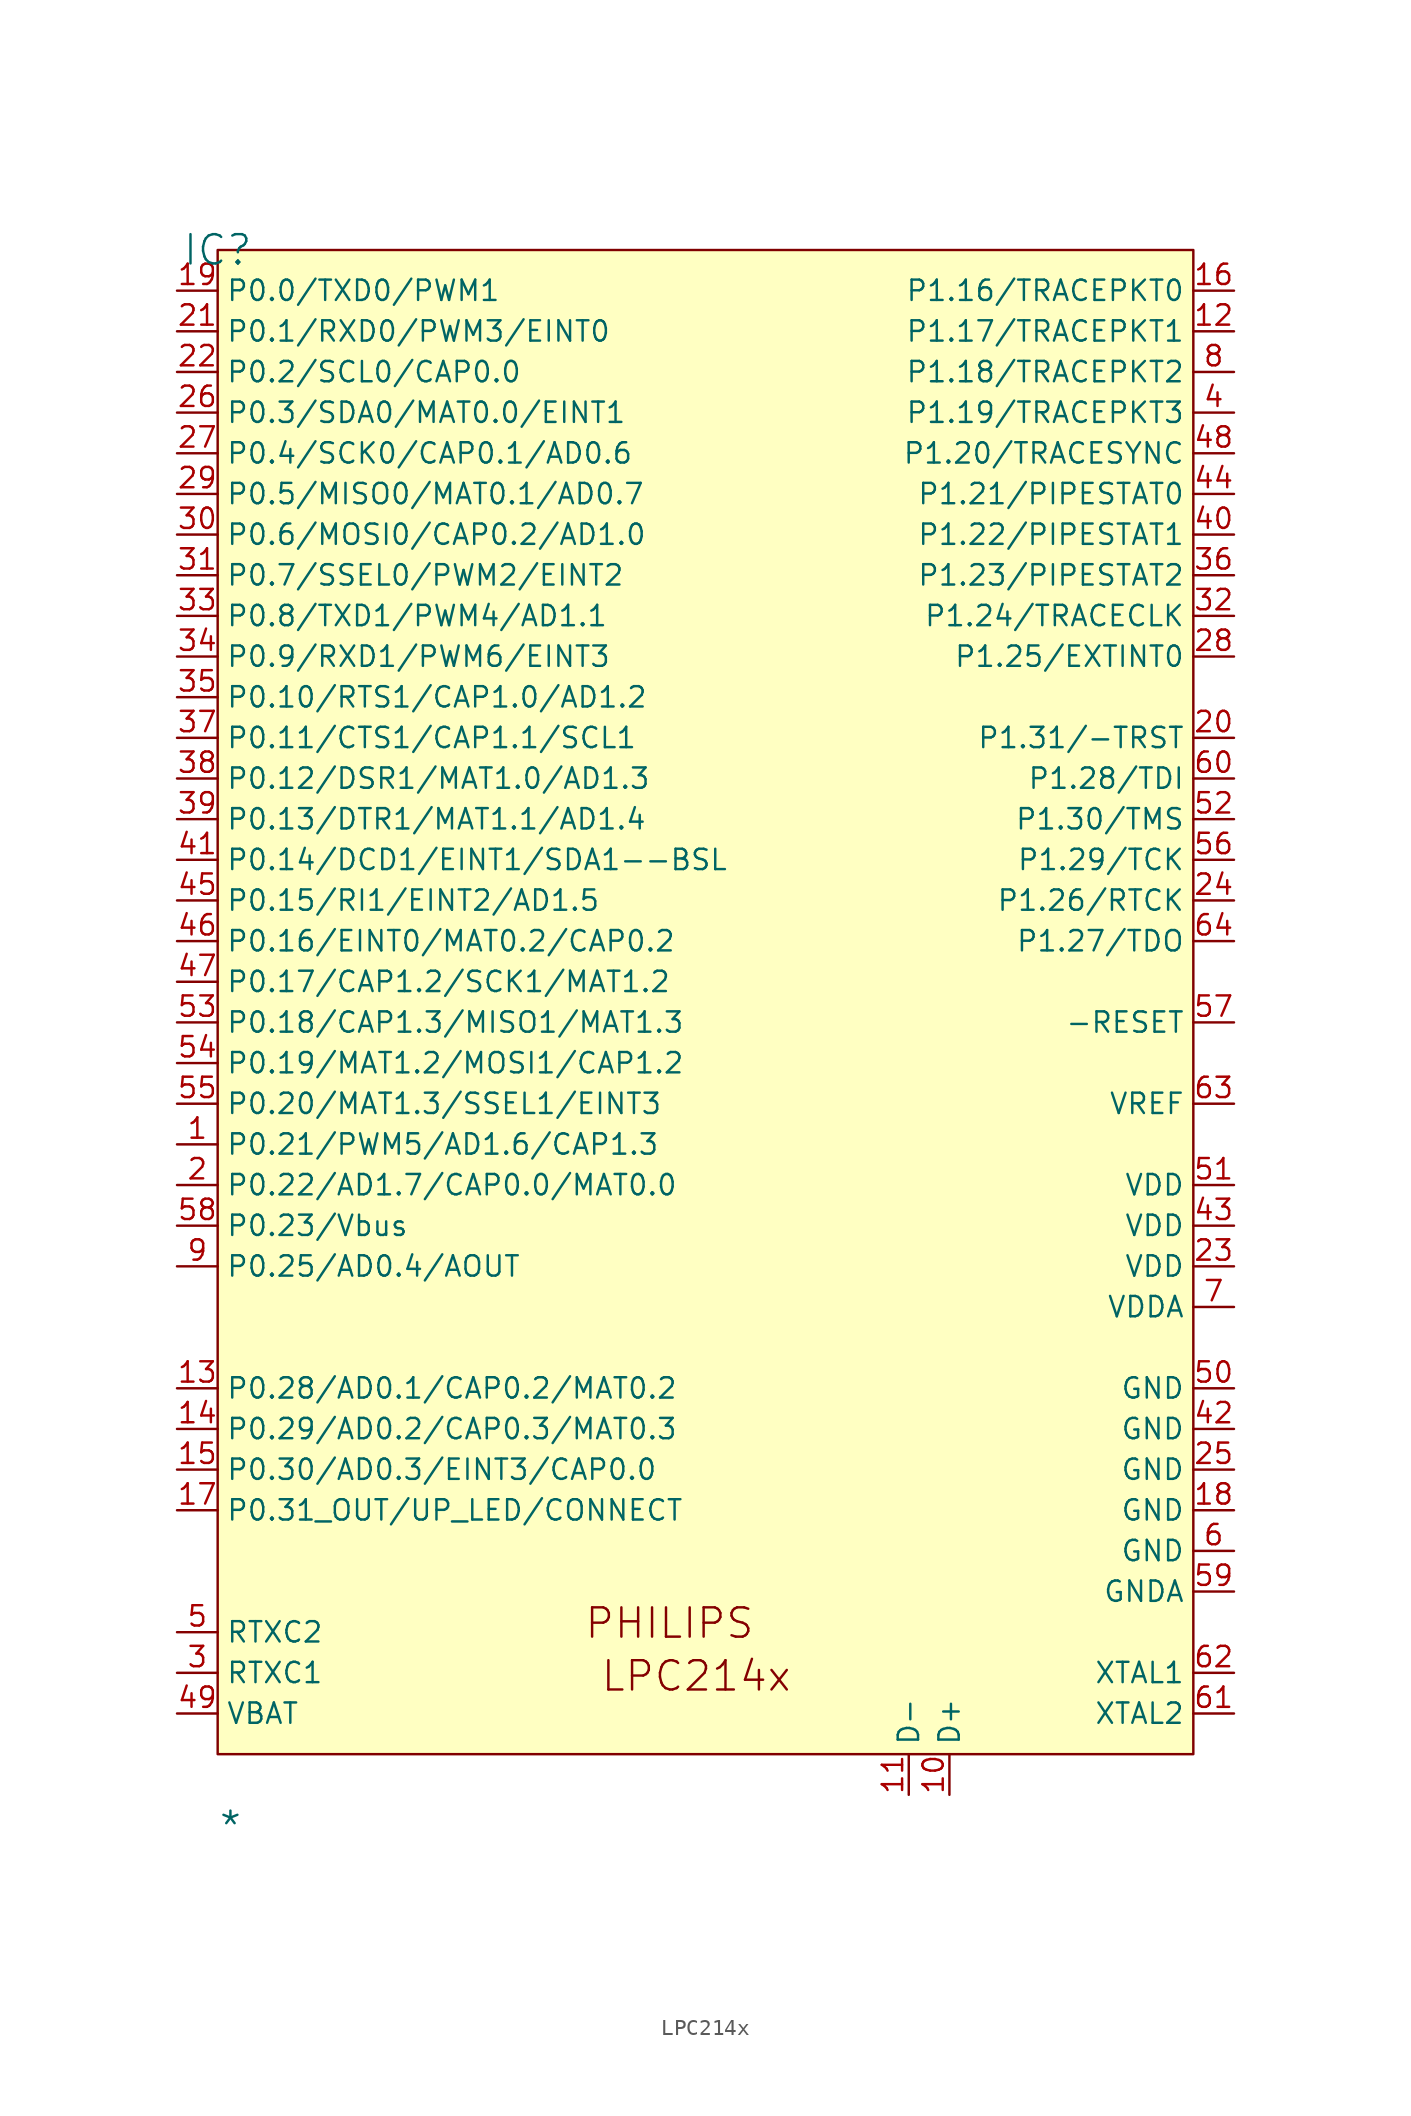
<source format=kicad_sym>
(kicad_symbol_lib
  (version 20241209)
  (generator "kicad_symbol_editor")
  (generator_version "9.0")
  (symbol "LPC214x"
    (property "Reference" "IC"
      (at 0 0 0)
      (effects (font (size 1.829 1.829))))
    (property "Value" "*"
      (at 0 -99.568 0)
      (effects (font (size 1.829 1.829)) (justify left bottom)))
    (symbol "LPC214x_1_0"
      (rectangle (start 60.96 0) (end 0 -93.98) (stroke (width 0) (type solid) (color 128 0 0 1)) (fill (type background)))
      (text "PHILIPS" (at 22.86 -86.868 0) (effects (font (size 1.829 1.829)) (justify left bottom)))
      (text "LPC214x" (at 23.876 -90.17 0) (effects (font (size 1.829 1.829)) (justify left bottom)))
      (pin passive line (at -2.54 -2.54 0) (length 2.54) (name "P0.0/TXD0/PWM1" (effects (font (size 1.27 1.27)))) (number "19" (effects (font (size 1.27 1.27)))))
      (pin passive line (at -2.54 -5.08 0) (length 2.54) (name "P0.1/RXD0/PWM3/EINT0" (effects (font (size 1.27 1.27)))) (number "21" (effects (font (size 1.27 1.27)))))
      (pin passive line (at -2.54 -7.62 0) (length 2.54) (name "P0.2/SCL0/CAP0.0" (effects (font (size 1.27 1.27)))) (number "22" (effects (font (size 1.27 1.27)))))
      (pin passive line (at -2.54 -10.16 0) (length 2.54) (name "P0.3/SDA0/MAT0.0/EINT1" (effects (font (size 1.27 1.27)))) (number "26" (effects (font (size 1.27 1.27)))))
      (pin passive line (at -2.54 -12.7 0) (length 2.54) (name "P0.4/SCK0/CAP0.1/AD0.6" (effects (font (size 1.27 1.27)))) (number "27" (effects (font (size 1.27 1.27)))))
      (pin passive line (at -2.54 -15.24 0) (length 2.54) (name "P0.5/MISO0/MAT0.1/AD0.7" (effects (font (size 1.27 1.27)))) (number "29" (effects (font (size 1.27 1.27)))))
      (pin passive line (at -2.54 -17.78 0) (length 2.54) (name "P0.6/MOSI0/CAP0.2/AD1.0" (effects (font (size 1.27 1.27)))) (number "30" (effects (font (size 1.27 1.27)))))
      (pin passive line (at -2.54 -20.32 0) (length 2.54) (name "P0.7/SSEL0/PWM2/EINT2" (effects (font (size 1.27 1.27)))) (number "31" (effects (font (size 1.27 1.27)))))
      (pin passive line (at -2.54 -22.86 0) (length 2.54) (name "P0.8/TXD1/PWM4/AD1.1" (effects (font (size 1.27 1.27)))) (number "33" (effects (font (size 1.27 1.27)))))
      (pin passive line (at -2.54 -25.4 0) (length 2.54) (name "P0.9/RXD1/PWM6/EINT3" (effects (font (size 1.27 1.27)))) (number "34" (effects (font (size 1.27 1.27)))))
      (pin passive line (at -2.54 -27.94 0) (length 2.54) (name "P0.10/RTS1/CAP1.0/AD1.2" (effects (font (size 1.27 1.27)))) (number "35" (effects (font (size 1.27 1.27)))))
      (pin passive line (at -2.54 -30.48 0) (length 2.54) (name "P0.11/CTS1/CAP1.1/SCL1" (effects (font (size 1.27 1.27)))) (number "37" (effects (font (size 1.27 1.27)))))
      (pin passive line (at -2.54 -33.02 0) (length 2.54) (name "P0.12/DSR1/MAT1.0/AD1.3" (effects (font (size 1.27 1.27)))) (number "38" (effects (font (size 1.27 1.27)))))
      (pin passive line (at -2.54 -35.56 0) (length 2.54) (name "P0.13/DTR1/MAT1.1/AD1.4" (effects (font (size 1.27 1.27)))) (number "39" (effects (font (size 1.27 1.27)))))
      (pin passive line (at -2.54 -38.1 0) (length 2.54) (name "P0.14/DCD1/EINT1/SDA1--BSL" (effects (font (size 1.27 1.27)))) (number "41" (effects (font (size 1.27 1.27)))))
      (pin passive line (at -2.54 -40.64 0) (length 2.54) (name "P0.15/RI1/EINT2/AD1.5" (effects (font (size 1.27 1.27)))) (number "45" (effects (font (size 1.27 1.27)))))
      (pin passive line (at -2.54 -43.18 0) (length 2.54) (name "P0.16/EINT0/MAT0.2/CAP0.2" (effects (font (size 1.27 1.27)))) (number "46" (effects (font (size 1.27 1.27)))))
      (pin passive line (at -2.54 -45.72 0) (length 2.54) (name "P0.17/CAP1.2/SCK1/MAT1.2" (effects (font (size 1.27 1.27)))) (number "47" (effects (font (size 1.27 1.27)))))
      (pin passive line (at -2.54 -48.26 0) (length 2.54) (name "P0.18/CAP1.3/MISO1/MAT1.3" (effects (font (size 1.27 1.27)))) (number "53" (effects (font (size 1.27 1.27)))))
      (pin passive line (at -2.54 -50.8 0) (length 2.54) (name "P0.19/MAT1.2/MOSI1/CAP1.2" (effects (font (size 1.27 1.27)))) (number "54" (effects (font (size 1.27 1.27)))))
      (pin passive line (at -2.54 -53.34 0) (length 2.54) (name "P0.20/MAT1.3/SSEL1/EINT3" (effects (font (size 1.27 1.27)))) (number "55" (effects (font (size 1.27 1.27)))))
      (pin passive line (at -2.54 -55.88 0) (length 2.54) (name "P0.21/PWM5/AD1.6/CAP1.3" (effects (font (size 1.27 1.27)))) (number "1" (effects (font (size 1.27 1.27)))))
      (pin passive line (at -2.54 -58.42 0) (length 2.54) (name "P0.22/AD1.7/CAP0.0/MAT0.0" (effects (font (size 1.27 1.27)))) (number "2" (effects (font (size 1.27 1.27)))))
      (pin passive line (at -2.54 -60.96 0) (length 2.54) (name "P0.23/Vbus" (effects (font (size 1.27 1.27)))) (number "58" (effects (font (size 1.27 1.27)))))
      (pin passive line (at -2.54 -63.5 0) (length 2.54) (name "P0.25/AD0.4/AOUT" (effects (font (size 1.27 1.27)))) (number "9" (effects (font (size 1.27 1.27)))))
      (pin passive line (at -2.54 -71.12 0) (length 2.54) (name "P0.28/AD0.1/CAP0.2/MAT0.2" (effects (font (size 1.27 1.27)))) (number "13" (effects (font (size 1.27 1.27)))))
      (pin passive line (at -2.54 -73.66 0) (length 2.54) (name "P0.29/AD0.2/CAP0.3/MAT0.3" (effects (font (size 1.27 1.27)))) (number "14" (effects (font (size 1.27 1.27)))))
      (pin passive line (at -2.54 -76.2 0) (length 2.54) (name "P0.30/AD0.3/EINT3/CAP0.0" (effects (font (size 1.27 1.27)))) (number "15" (effects (font (size 1.27 1.27)))))
      (pin output line (at -2.54 -78.74 0) (length 2.54) (name "P0.31_OUT/UP_LED/CONNECT" (effects (font (size 1.27 1.27)))) (number "17" (effects (font (size 1.27 1.27)))))
      (pin passive line (at -2.54 -86.36 0) (length 2.54) (name "RTXC2" (effects (font (size 1.27 1.27)))) (number "5" (effects (font (size 1.27 1.27)))))
      (pin passive line (at -2.54 -88.9 0) (length 2.54) (name "RTXC1" (effects (font (size 1.27 1.27)))) (number "3" (effects (font (size 1.27 1.27)))))
      (pin passive line (at -2.54 -91.44 0) (length 2.54) (name "VBAT" (effects (font (size 1.27 1.27)))) (number "49" (effects (font (size 1.27 1.27)))))
      (pin passive line (at 43.18 -96.52 90) (length 2.54) (name "D-" (effects (font (size 1.27 1.27)))) (number "11" (effects (font (size 1.27 1.27)))))
      (pin passive line (at 45.72 -96.52 90) (length 2.54) (name "D+" (effects (font (size 1.27 1.27)))) (number "10" (effects (font (size 1.27 1.27)))))
      (pin passive line (at 63.5 -2.54 180) (length 2.54) (name "P1.16/TRACEPKT0" (effects (font (size 1.27 1.27)))) (number "16" (effects (font (size 1.27 1.27)))))
      (pin passive line (at 63.5 -5.08 180) (length 2.54) (name "P1.17/TRACEPKT1" (effects (font (size 1.27 1.27)))) (number "12" (effects (font (size 1.27 1.27)))))
      (pin passive line (at 63.5 -7.62 180) (length 2.54) (name "P1.18/TRACEPKT2" (effects (font (size 1.27 1.27)))) (number "8" (effects (font (size 1.27 1.27)))))
      (pin passive line (at 63.5 -10.16 180) (length 2.54) (name "P1.19/TRACEPKT3" (effects (font (size 1.27 1.27)))) (number "4" (effects (font (size 1.27 1.27)))))
      (pin passive line (at 63.5 -12.7 180) (length 2.54) (name "P1.20/TRACESYNC" (effects (font (size 1.27 1.27)))) (number "48" (effects (font (size 1.27 1.27)))))
      (pin passive line (at 63.5 -15.24 180) (length 2.54) (name "P1.21/PIPESTAT0" (effects (font (size 1.27 1.27)))) (number "44" (effects (font (size 1.27 1.27)))))
      (pin passive line (at 63.5 -17.78 180) (length 2.54) (name "P1.22/PIPESTAT1" (effects (font (size 1.27 1.27)))) (number "40" (effects (font (size 1.27 1.27)))))
      (pin passive line (at 63.5 -20.32 180) (length 2.54) (name "P1.23/PIPESTAT2" (effects (font (size 1.27 1.27)))) (number "36" (effects (font (size 1.27 1.27)))))
      (pin passive line (at 63.5 -22.86 180) (length 2.54) (name "P1.24/TRACECLK" (effects (font (size 1.27 1.27)))) (number "32" (effects (font (size 1.27 1.27)))))
      (pin passive line (at 63.5 -25.4 180) (length 2.54) (name "P1.25/EXTINT0" (effects (font (size 1.27 1.27)))) (number "28" (effects (font (size 1.27 1.27)))))
      (pin passive line (at 63.5 -30.48 180) (length 2.54) (name "P1.31/-TRST" (effects (font (size 1.27 1.27)))) (number "20" (effects (font (size 1.27 1.27)))))
      (pin passive line (at 63.5 -33.02 180) (length 2.54) (name "P1.28/TDI" (effects (font (size 1.27 1.27)))) (number "60" (effects (font (size 1.27 1.27)))))
      (pin passive line (at 63.5 -35.56 180) (length 2.54) (name "P1.30/TMS" (effects (font (size 1.27 1.27)))) (number "52" (effects (font (size 1.27 1.27)))))
      (pin passive line (at 63.5 -38.1 180) (length 2.54) (name "P1.29/TCK" (effects (font (size 1.27 1.27)))) (number "56" (effects (font (size 1.27 1.27)))))
      (pin passive line (at 63.5 -40.64 180) (length 2.54) (name "P1.26/RTCK" (effects (font (size 1.27 1.27)))) (number "24" (effects (font (size 1.27 1.27)))))
      (pin passive line (at 63.5 -43.18 180) (length 2.54) (name "P1.27/TDO" (effects (font (size 1.27 1.27)))) (number "64" (effects (font (size 1.27 1.27)))))
      (pin passive line (at 63.5 -48.26 180) (length 2.54) (name "-RESET" (effects (font (size 1.27 1.27)))) (number "57" (effects (font (size 1.27 1.27)))))
      (pin passive line (at 63.5 -53.34 180) (length 2.54) (name "VREF" (effects (font (size 1.27 1.27)))) (number "63" (effects (font (size 1.27 1.27)))))
      (pin passive line (at 63.5 -58.42 180) (length 2.54) (name "VDD" (effects (font (size 1.27 1.27)))) (number "51" (effects (font (size 1.27 1.27)))))
      (pin passive line (at 63.5 -60.96 180) (length 2.54) (name "VDD" (effects (font (size 1.27 1.27)))) (number "43" (effects (font (size 1.27 1.27)))))
      (pin passive line (at 63.5 -63.5 180) (length 2.54) (name "VDD" (effects (font (size 1.27 1.27)))) (number "23" (effects (font (size 1.27 1.27)))))
      (pin passive line (at 63.5 -66.04 180) (length 2.54) (name "VDDA" (effects (font (size 1.27 1.27)))) (number "7" (effects (font (size 1.27 1.27)))))
      (pin passive line (at 63.5 -71.12 180) (length 2.54) (name "GND" (effects (font (size 1.27 1.27)))) (number "50" (effects (font (size 1.27 1.27)))))
      (pin passive line (at 63.5 -73.66 180) (length 2.54) (name "GND" (effects (font (size 1.27 1.27)))) (number "42" (effects (font (size 1.27 1.27)))))
      (pin passive line (at 63.5 -76.2 180) (length 2.54) (name "GND" (effects (font (size 1.27 1.27)))) (number "25" (effects (font (size 1.27 1.27)))))
      (pin passive line (at 63.5 -78.74 180) (length 2.54) (name "GND" (effects (font (size 1.27 1.27)))) (number "18" (effects (font (size 1.27 1.27)))))
      (pin passive line (at 63.5 -81.28 180) (length 2.54) (name "GND" (effects (font (size 1.27 1.27)))) (number "6" (effects (font (size 1.27 1.27)))))
      (pin passive line (at 63.5 -83.82 180) (length 2.54) (name "GNDA" (effects (font (size 1.27 1.27)))) (number "59" (effects (font (size 1.27 1.27)))))
      (pin passive line (at 63.5 -88.9 180) (length 2.54) (name "XTAL1" (effects (font (size 1.27 1.27)))) (number "62" (effects (font (size 1.27 1.27)))))
      (pin passive line (at 63.5 -91.44 180) (length 2.54) (name "XTAL2" (effects (font (size 1.27 1.27)))) (number "61" (effects (font (size 1.27 1.27))))))))
</source>
